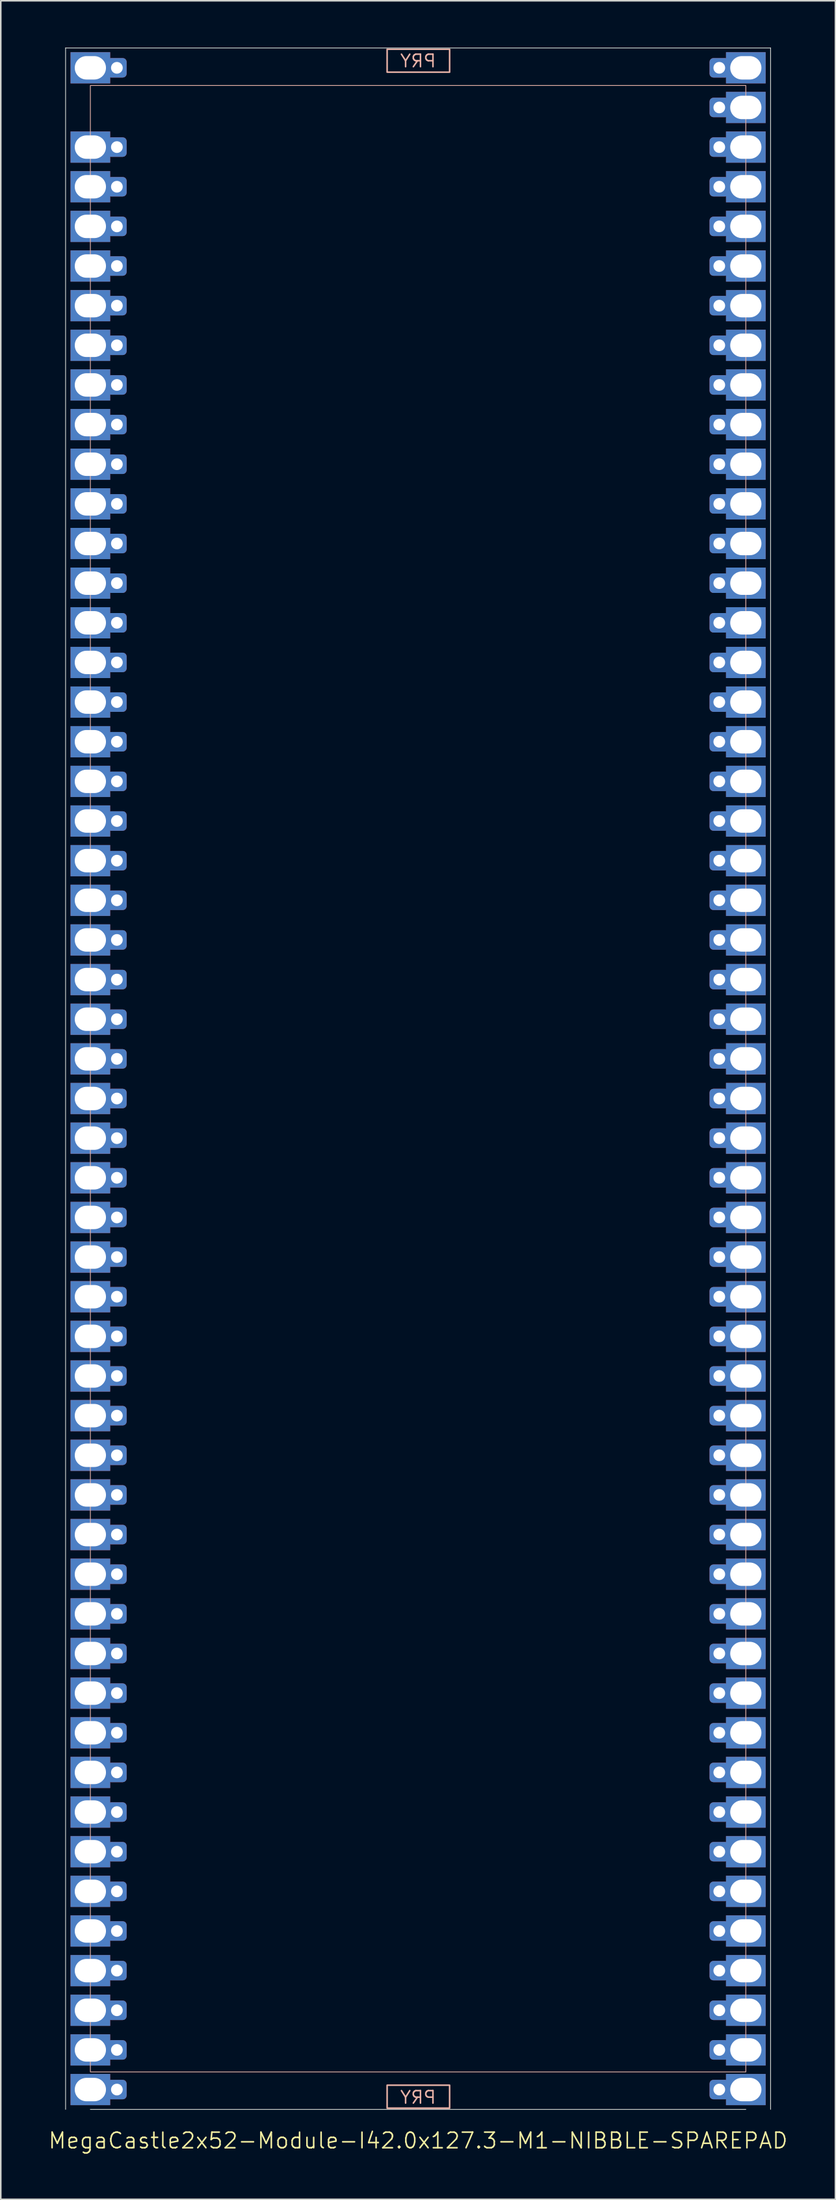
<source format=kicad_pcb>
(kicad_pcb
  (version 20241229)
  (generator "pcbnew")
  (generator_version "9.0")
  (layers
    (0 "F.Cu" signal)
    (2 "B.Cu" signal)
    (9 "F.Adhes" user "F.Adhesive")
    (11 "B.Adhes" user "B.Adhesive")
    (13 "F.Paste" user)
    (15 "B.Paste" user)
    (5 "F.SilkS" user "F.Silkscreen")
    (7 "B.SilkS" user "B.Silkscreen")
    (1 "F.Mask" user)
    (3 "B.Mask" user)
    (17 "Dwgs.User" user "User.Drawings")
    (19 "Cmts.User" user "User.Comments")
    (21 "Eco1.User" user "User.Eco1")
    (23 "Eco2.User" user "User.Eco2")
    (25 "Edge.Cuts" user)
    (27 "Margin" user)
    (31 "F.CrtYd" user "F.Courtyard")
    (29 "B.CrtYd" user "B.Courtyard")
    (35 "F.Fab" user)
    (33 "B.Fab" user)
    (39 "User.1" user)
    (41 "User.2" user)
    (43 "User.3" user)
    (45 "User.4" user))
  (footprint "MegaCastle2x52-Module-I42.0x127.3-M1-NIBBLE-SPAREPAD"
    (layer "F.Cu")
    (at 23.74 66.065)
    (property "Reference" "MegaCastle2x52-Module-I42.0x127.3-M1-NIBBLE-SPAREPAD" (at 0 68.04 0) (unlocked yes) (layer "F.SilkS") (effects (font (size 1 1) (thickness 0.1))))
    (attr smd)
    (fp_rect (start -21 63.64) (end 21 -63.64) (stroke (width 0.05) (type default)) (fill no) (layer "B.SilkS"))
    (fp_rect (start -1.984 -64.491) (end 2.02 -65.96) (stroke (width 0.1) (type default)) (fill no) (layer "B.SilkS"))
    (fp_rect (start -1.984 64.491) (end 2.02 65.96) (stroke (width 0.1) (type default)) (fill no) (layer "B.SilkS"))
    (fp_line (start -22.587 -66.04) (end -22.587 66.04) (stroke (width 0.05) (type default)) (layer "Edge.Cuts"))
    (fp_line (start -22.587 -66.04) (end 22.587 -66.04) (stroke (width 0.05) (type default)) (layer "Edge.Cuts"))
    (fp_line (start -21 66.04) (end 21 66.04) (stroke (width 0.05) (type default)) (layer "Edge.Cuts"))
    (fp_line (start 22.587 -66.04) (end 22.587 66.04) (stroke (width 0.05) (type default)) (layer "Edge.Cuts"))
    (fp_text user "PRY" (at 0 65.74 0) (unlocked yes) (layer "B.SilkS") (effects (font (size 0.8 0.8) (thickness 0.1)) (justify bottom mirror)))
    (fp_text user "PRY" (at 0 -64.74 0) (unlocked yes) (layer "B.SilkS") (effects (font (size 0.8 0.8) (thickness 0.1)) (justify bottom mirror)))
    (pad "1" thru_hole rect (at -21 -64.77) (size 2.54 2) (drill oval 2 1.5) (property pad_prop_castellated) (layers "*.Cu" "*.Mask"))
    (pad "1" thru_hole roundrect (at -19.3 -64.77 180) (size 1.25 1.25) (drill 0.75) (layers "*.Cu" "*.Mask") (roundrect_rratio 0.2))
    (pad "3" thru_hole rect (at -21 -59.69) (size 2.54 2) (drill oval 2 1.5) (property pad_prop_castellated) (layers "*.Cu" "*.Mask"))
    (pad "3" thru_hole roundrect (at -19.3 -59.69 180) (size 1.25 1.25) (drill 0.75) (layers "*.Cu" "*.Mask") (roundrect_rratio 0.2))
    (pad "4" thru_hole rect (at -21 -57.15) (size 2.54 2) (drill oval 2 1.5) (property pad_prop_castellated) (layers "*.Cu" "*.Mask"))
    (pad "4" thru_hole roundrect (at -19.3 -57.15 180) (size 1.25 1.25) (drill 0.75) (layers "*.Cu" "*.Mask") (roundrect_rratio 0.2))
    (pad "5" thru_hole rect (at -21 -54.61) (size 2.54 2) (drill oval 2 1.5) (property pad_prop_castellated) (layers "*.Cu" "*.Mask"))
    (pad "5" thru_hole roundrect (at -19.3 -54.61 180) (size 1.25 1.25) (drill 0.75) (layers "*.Cu" "*.Mask") (roundrect_rratio 0.2))
    (pad "6" thru_hole rect (at -21 -52.07) (size 2.54 2) (drill oval 2 1.5) (property pad_prop_castellated) (layers "*.Cu" "*.Mask"))
    (pad "6" thru_hole roundrect (at -19.3 -52.07 180) (size 1.25 1.25) (drill 0.75) (layers "*.Cu" "*.Mask") (roundrect_rratio 0.2))
    (pad "7" thru_hole rect (at -21 -49.53) (size 2.54 2) (drill oval 2 1.5) (property pad_prop_castellated) (layers "*.Cu" "*.Mask"))
    (pad "7" thru_hole roundrect (at -19.3 -49.53 180) (size 1.25 1.25) (drill 0.75) (layers "*.Cu" "*.Mask") (roundrect_rratio 0.2))
    (pad "8" thru_hole rect (at -21 -46.99) (size 2.54 2) (drill oval 2 1.5) (property pad_prop_castellated) (layers "*.Cu" "*.Mask"))
    (pad "8" thru_hole roundrect (at -19.3 -46.99 180) (size 1.25 1.25) (drill 0.75) (layers "*.Cu" "*.Mask") (roundrect_rratio 0.2))
    (pad "9" thru_hole rect (at -21 -44.45) (size 2.54 2) (drill oval 2 1.5) (property pad_prop_castellated) (layers "*.Cu" "*.Mask"))
    (pad "9" thru_hole roundrect (at -19.3 -44.45 180) (size 1.25 1.25) (drill 0.75) (layers "*.Cu" "*.Mask") (roundrect_rratio 0.2))
    (pad "10" thru_hole rect (at -21 -41.91) (size 2.54 2) (drill oval 2 1.5) (property pad_prop_castellated) (layers "*.Cu" "*.Mask"))
    (pad "10" thru_hole roundrect (at -19.3 -41.91 180) (size 1.25 1.25) (drill 0.75) (layers "*.Cu" "*.Mask") (roundrect_rratio 0.2))
    (pad "11" thru_hole rect (at -21 -39.37) (size 2.54 2) (drill oval 2 1.5) (property pad_prop_castellated) (layers "*.Cu" "*.Mask"))
    (pad "11" thru_hole roundrect (at -19.3 -39.37 180) (size 1.25 1.25) (drill 0.75) (layers "*.Cu" "*.Mask") (roundrect_rratio 0.2))
    (pad "12" thru_hole rect (at -21 -36.83) (size 2.54 2) (drill oval 2 1.5) (property pad_prop_castellated) (layers "*.Cu" "*.Mask"))
    (pad "12" thru_hole roundrect (at -19.3 -36.83 180) (size 1.25 1.25) (drill 0.75) (layers "*.Cu" "*.Mask") (roundrect_rratio 0.2))
    (pad "13" thru_hole rect (at -21 -34.29) (size 2.54 2) (drill oval 2 1.5) (property pad_prop_castellated) (layers "*.Cu" "*.Mask"))
    (pad "13" thru_hole roundrect (at -19.3 -34.29 180) (size 1.25 1.25) (drill 0.75) (layers "*.Cu" "*.Mask") (roundrect_rratio 0.2))
    (pad "14" thru_hole rect (at -21 -31.75) (size 2.54 2) (drill oval 2 1.5) (property pad_prop_castellated) (layers "*.Cu" "*.Mask"))
    (pad "14" thru_hole roundrect (at -19.3 -31.75 180) (size 1.25 1.25) (drill 0.75) (layers "*.Cu" "*.Mask") (roundrect_rratio 0.2))
    (pad "15" thru_hole rect (at -21 -29.21) (size 2.54 2) (drill oval 2 1.5) (property pad_prop_castellated) (layers "*.Cu" "*.Mask"))
    (pad "15" thru_hole roundrect (at -19.3 -29.21 180) (size 1.25 1.25) (drill 0.75) (layers "*.Cu" "*.Mask") (roundrect_rratio 0.2))
    (pad "16" thru_hole rect (at -21 -26.67) (size 2.54 2) (drill oval 2 1.5) (property pad_prop_castellated) (layers "*.Cu" "*.Mask"))
    (pad "16" thru_hole roundrect (at -19.3 -26.67 180) (size 1.25 1.25) (drill 0.75) (layers "*.Cu" "*.Mask") (roundrect_rratio 0.2))
    (pad "17" thru_hole rect (at -21 -24.13) (size 2.54 2) (drill oval 2 1.5) (property pad_prop_castellated) (layers "*.Cu" "*.Mask"))
    (pad "17" thru_hole roundrect (at -19.3 -24.13 180) (size 1.25 1.25) (drill 0.75) (layers "*.Cu" "*.Mask") (roundrect_rratio 0.2))
    (pad "18" thru_hole rect (at -21 -21.59) (size 2.54 2) (drill oval 2 1.5) (property pad_prop_castellated) (layers "*.Cu" "*.Mask"))
    (pad "18" thru_hole roundrect (at -19.3 -21.59 180) (size 1.25 1.25) (drill 0.75) (layers "*.Cu" "*.Mask") (roundrect_rratio 0.2))
    (pad "19" thru_hole rect (at -21 -19.05) (size 2.54 2) (drill oval 2 1.5) (property pad_prop_castellated) (layers "*.Cu" "*.Mask"))
    (pad "19" thru_hole roundrect (at -19.3 -19.05 180) (size 1.25 1.25) (drill 0.75) (layers "*.Cu" "*.Mask") (roundrect_rratio 0.2))
    (pad "20" thru_hole rect (at -21 -16.51) (size 2.54 2) (drill oval 2 1.5) (property pad_prop_castellated) (layers "*.Cu" "*.Mask"))
    (pad "20" thru_hole roundrect (at -19.3 -16.51 180) (size 1.25 1.25) (drill 0.75) (layers "*.Cu" "*.Mask") (roundrect_rratio 0.2))
    (pad "21" thru_hole rect (at -21 -13.97) (size 2.54 2) (drill oval 2 1.5) (property pad_prop_castellated) (layers "*.Cu" "*.Mask"))
    (pad "21" thru_hole roundrect (at -19.3 -13.97 180) (size 1.25 1.25) (drill 0.75) (layers "*.Cu" "*.Mask") (roundrect_rratio 0.2))
    (pad "22" thru_hole rect (at -21 -11.43) (size 2.54 2) (drill oval 2 1.5) (property pad_prop_castellated) (layers "*.Cu" "*.Mask"))
    (pad "22" thru_hole roundrect (at -19.3 -11.43 180) (size 1.25 1.25) (drill 0.75) (layers "*.Cu" "*.Mask") (roundrect_rratio 0.2))
    (pad "23" thru_hole rect (at -21 -8.89) (size 2.54 2) (drill oval 2 1.5) (property pad_prop_castellated) (layers "*.Cu" "*.Mask"))
    (pad "23" thru_hole roundrect (at -19.3 -8.89 180) (size 1.25 1.25) (drill 0.75) (layers "*.Cu" "*.Mask") (roundrect_rratio 0.2))
    (pad "24" thru_hole rect (at -21 -6.35) (size 2.54 2) (drill oval 2 1.5) (property pad_prop_castellated) (layers "*.Cu" "*.Mask"))
    (pad "24" thru_hole roundrect (at -19.3 -6.35 180) (size 1.25 1.25) (drill 0.75) (layers "*.Cu" "*.Mask") (roundrect_rratio 0.2))
    (pad "25" thru_hole rect (at -21 -3.81) (size 2.54 2) (drill oval 2 1.5) (property pad_prop_castellated) (layers "*.Cu" "*.Mask"))
    (pad "25" thru_hole roundrect (at -19.3 -3.81 180) (size 1.25 1.25) (drill 0.75) (layers "*.Cu" "*.Mask") (roundrect_rratio 0.2))
    (pad "26" thru_hole rect (at -21 -1.27) (size 2.54 2) (drill oval 2 1.5) (property pad_prop_castellated) (layers "*.Cu" "*.Mask"))
    (pad "26" thru_hole roundrect (at -19.3 -1.27 180) (size 1.25 1.25) (drill 0.75) (layers "*.Cu" "*.Mask") (roundrect_rratio 0.2))
    (pad "27" thru_hole rect (at -21 1.27) (size 2.54 2) (drill oval 2 1.5) (property pad_prop_castellated) (layers "*.Cu" "*.Mask"))
    (pad "27" thru_hole roundrect (at -19.3 1.27 180) (size 1.25 1.25) (drill 0.75) (layers "*.Cu" "*.Mask") (roundrect_rratio 0.2))
    (pad "28" thru_hole rect (at -21 3.81) (size 2.54 2) (drill oval 2 1.5) (property pad_prop_castellated) (layers "*.Cu" "*.Mask"))
    (pad "28" thru_hole roundrect (at -19.3 3.81 180) (size 1.25 1.25) (drill 0.75) (layers "*.Cu" "*.Mask") (roundrect_rratio 0.2))
    (pad "29" thru_hole rect (at -21 6.35) (size 2.54 2) (drill oval 2 1.5) (property pad_prop_castellated) (layers "*.Cu" "*.Mask"))
    (pad "29" thru_hole roundrect (at -19.3 6.35 180) (size 1.25 1.25) (drill 0.75) (layers "*.Cu" "*.Mask") (roundrect_rratio 0.2))
    (pad "30" thru_hole rect (at -21 8.89) (size 2.54 2) (drill oval 2 1.5) (property pad_prop_castellated) (layers "*.Cu" "*.Mask"))
    (pad "30" thru_hole roundrect (at -19.3 8.89 180) (size 1.25 1.25) (drill 0.75) (layers "*.Cu" "*.Mask") (roundrect_rratio 0.2))
    (pad "31" thru_hole rect (at -21 11.43) (size 2.54 2) (drill oval 2 1.5) (property pad_prop_castellated) (layers "*.Cu" "*.Mask"))
    (pad "31" thru_hole roundrect (at -19.3 11.43 180) (size 1.25 1.25) (drill 0.75) (layers "*.Cu" "*.Mask") (roundrect_rratio 0.2))
    (pad "32" thru_hole rect (at -21 13.97) (size 2.54 2) (drill oval 2 1.5) (property pad_prop_castellated) (layers "*.Cu" "*.Mask"))
    (pad "32" thru_hole roundrect (at -19.3 13.97 180) (size 1.25 1.25) (drill 0.75) (layers "*.Cu" "*.Mask") (roundrect_rratio 0.2))
    (pad "33" thru_hole rect (at -21 16.51) (size 2.54 2) (drill oval 2 1.5) (property pad_prop_castellated) (layers "*.Cu" "*.Mask"))
    (pad "33" thru_hole roundrect (at -19.3 16.51 180) (size 1.25 1.25) (drill 0.75) (layers "*.Cu" "*.Mask") (roundrect_rratio 0.2))
    (pad "34" thru_hole rect (at -21 19.05) (size 2.54 2) (drill oval 2 1.5) (property pad_prop_castellated) (layers "*.Cu" "*.Mask"))
    (pad "34" thru_hole roundrect (at -19.3 19.05 180) (size 1.25 1.25) (drill 0.75) (layers "*.Cu" "*.Mask") (roundrect_rratio 0.2))
    (pad "35" thru_hole rect (at -21 21.59) (size 2.54 2) (drill oval 2 1.5) (property pad_prop_castellated) (layers "*.Cu" "*.Mask"))
    (pad "35" thru_hole roundrect (at -19.3 21.59 180) (size 1.25 1.25) (drill 0.75) (layers "*.Cu" "*.Mask") (roundrect_rratio 0.2))
    (pad "36" thru_hole rect (at -21 24.13) (size 2.54 2) (drill oval 2 1.5) (property pad_prop_castellated) (layers "*.Cu" "*.Mask"))
    (pad "36" thru_hole roundrect (at -19.3 24.13 180) (size 1.25 1.25) (drill 0.75) (layers "*.Cu" "*.Mask") (roundrect_rratio 0.2))
    (pad "37" thru_hole rect (at -21 26.67) (size 2.54 2) (drill oval 2 1.5) (property pad_prop_castellated) (layers "*.Cu" "*.Mask"))
    (pad "37" thru_hole roundrect (at -19.3 26.67 180) (size 1.25 1.25) (drill 0.75) (layers "*.Cu" "*.Mask") (roundrect_rratio 0.2))
    (pad "38" thru_hole rect (at -21 29.21) (size 2.54 2) (drill oval 2 1.5) (property pad_prop_castellated) (layers "*.Cu" "*.Mask"))
    (pad "38" thru_hole roundrect (at -19.3 29.21 180) (size 1.25 1.25) (drill 0.75) (layers "*.Cu" "*.Mask") (roundrect_rratio 0.2))
    (pad "39" thru_hole rect (at -21 31.75) (size 2.54 2) (drill oval 2 1.5) (property pad_prop_castellated) (layers "*.Cu" "*.Mask"))
    (pad "39" thru_hole roundrect (at -19.3 31.75 180) (size 1.25 1.25) (drill 0.75) (layers "*.Cu" "*.Mask") (roundrect_rratio 0.2))
    (pad "40" thru_hole rect (at -21 34.29) (size 2.54 2) (drill oval 2 1.5) (property pad_prop_castellated) (layers "*.Cu" "*.Mask"))
    (pad "40" thru_hole roundrect (at -19.3 34.29 180) (size 1.25 1.25) (drill 0.75) (layers "*.Cu" "*.Mask") (roundrect_rratio 0.2))
    (pad "41" thru_hole rect (at -21 36.83) (size 2.54 2) (drill oval 2 1.5) (property pad_prop_castellated) (layers "*.Cu" "*.Mask"))
    (pad "41" thru_hole roundrect (at -19.3 36.83 180) (size 1.25 1.25) (drill 0.75) (layers "*.Cu" "*.Mask") (roundrect_rratio 0.2))
    (pad "42" thru_hole rect (at -21 39.37) (size 2.54 2) (drill oval 2 1.5) (property pad_prop_castellated) (layers "*.Cu" "*.Mask"))
    (pad "42" thru_hole roundrect (at -19.3 39.37 180) (size 1.25 1.25) (drill 0.75) (layers "*.Cu" "*.Mask") (roundrect_rratio 0.2))
    (pad "43" thru_hole rect (at -21 41.91) (size 2.54 2) (drill oval 2 1.5) (property pad_prop_castellated) (layers "*.Cu" "*.Mask"))
    (pad "43" thru_hole roundrect (at -19.3 41.91 180) (size 1.25 1.25) (drill 0.75) (layers "*.Cu" "*.Mask") (roundrect_rratio 0.2))
    (pad "44" thru_hole rect (at -21 44.45) (size 2.54 2) (drill oval 2 1.5) (property pad_prop_castellated) (layers "*.Cu" "*.Mask"))
    (pad "44" thru_hole roundrect (at -19.3 44.45 180) (size 1.25 1.25) (drill 0.75) (layers "*.Cu" "*.Mask") (roundrect_rratio 0.2))
    (pad "45" thru_hole rect (at -21 46.99) (size 2.54 2) (drill oval 2 1.5) (property pad_prop_castellated) (layers "*.Cu" "*.Mask"))
    (pad "45" thru_hole roundrect (at -19.3 46.99 180) (size 1.25 1.25) (drill 0.75) (layers "*.Cu" "*.Mask") (roundrect_rratio 0.2))
    (pad "46" thru_hole rect (at -21 49.53) (size 2.54 2) (drill oval 2 1.5) (property pad_prop_castellated) (layers "*.Cu" "*.Mask"))
    (pad "46" thru_hole roundrect (at -19.3 49.53 180) (size 1.25 1.25) (drill 0.75) (layers "*.Cu" "*.Mask") (roundrect_rratio 0.2))
    (pad "47" thru_hole rect (at -21 52.07) (size 2.54 2) (drill oval 2 1.5) (property pad_prop_castellated) (layers "*.Cu" "*.Mask"))
    (pad "47" thru_hole roundrect (at -19.3 52.07 180) (size 1.25 1.25) (drill 0.75) (layers "*.Cu" "*.Mask") (roundrect_rratio 0.2))
    (pad "48" thru_hole rect (at -21 54.61) (size 2.54 2) (drill oval 2 1.5) (property pad_prop_castellated) (layers "*.Cu" "*.Mask"))
    (pad "48" thru_hole roundrect (at -19.3 54.61 180) (size 1.25 1.25) (drill 0.75) (layers "*.Cu" "*.Mask") (roundrect_rratio 0.2))
    (pad "49" thru_hole rect (at -21 57.15) (size 2.54 2) (drill oval 2 1.5) (property pad_prop_castellated) (layers "*.Cu" "*.Mask"))
    (pad "49" thru_hole roundrect (at -19.3 57.15 180) (size 1.25 1.25) (drill 0.75) (layers "*.Cu" "*.Mask") (roundrect_rratio 0.2))
    (pad "50" thru_hole rect (at -21 59.69) (size 2.54 2) (drill oval 2 1.5) (property pad_prop_castellated) (layers "*.Cu" "*.Mask"))
    (pad "50" thru_hole roundrect (at -19.3 59.69 180) (size 1.25 1.25) (drill 0.75) (layers "*.Cu" "*.Mask") (roundrect_rratio 0.2))
    (pad "51" thru_hole rect (at -21 62.23) (size 2.54 2) (drill oval 2 1.5) (property pad_prop_castellated) (layers "*.Cu" "*.Mask"))
    (pad "51" thru_hole roundrect (at -19.3 62.23 180) (size 1.25 1.25) (drill 0.75) (layers "*.Cu" "*.Mask") (roundrect_rratio 0.2))
    (pad "52" thru_hole rect (at -21 64.77) (size 2.54 2) (drill oval 2 1.5) (property pad_prop_castellated) (layers "*.Cu" "*.Mask"))
    (pad "52" thru_hole roundrect (at -19.3 64.77 180) (size 1.25 1.25) (drill 0.75) (layers "*.Cu" "*.Mask") (roundrect_rratio 0.2))
    (pad "53" thru_hole roundrect (at 19.3 -64.77 180) (size 1.25 1.25) (drill 0.75) (layers "*.Cu" "*.Mask") (roundrect_rratio 0.2))
    (pad "53" thru_hole rect (at 21 -64.77) (size 2.54 2) (drill oval 2 1.5) (property pad_prop_castellated) (layers "*.Cu" "*.Mask"))
    (pad "54" thru_hole roundrect (at 19.3 -62.23 180) (size 1.25 1.25) (drill 0.75) (layers "*.Cu" "*.Mask") (roundrect_rratio 0.2))
    (pad "54" thru_hole rect (at 21 -62.23) (size 2.54 2) (drill oval 2 1.5) (property pad_prop_castellated) (layers "*.Cu" "*.Mask"))
    (pad "55" thru_hole roundrect (at 19.3 -59.69 180) (size 1.25 1.25) (drill 0.75) (layers "*.Cu" "*.Mask") (roundrect_rratio 0.2))
    (pad "55" thru_hole rect (at 21 -59.69) (size 2.54 2) (drill oval 2 1.5) (property pad_prop_castellated) (layers "*.Cu" "*.Mask"))
    (pad "56" thru_hole roundrect (at 19.3 -57.15 180) (size 1.25 1.25) (drill 0.75) (layers "*.Cu" "*.Mask") (roundrect_rratio 0.2))
    (pad "56" thru_hole rect (at 21 -57.15) (size 2.54 2) (drill oval 2 1.5) (property pad_prop_castellated) (layers "*.Cu" "*.Mask"))
    (pad "57" thru_hole roundrect (at 19.3 -54.61 180) (size 1.25 1.25) (drill 0.75) (layers "*.Cu" "*.Mask") (roundrect_rratio 0.2))
    (pad "57" thru_hole rect (at 21 -54.61) (size 2.54 2) (drill oval 2 1.5) (property pad_prop_castellated) (layers "*.Cu" "*.Mask"))
    (pad "58" thru_hole roundrect (at 19.3 -52.07 180) (size 1.25 1.25) (drill 0.75) (layers "*.Cu" "*.Mask") (roundrect_rratio 0.2))
    (pad "58" thru_hole rect (at 21 -52.07) (size 2.54 2) (drill oval 2 1.5) (property pad_prop_castellated) (layers "*.Cu" "*.Mask"))
    (pad "59" thru_hole roundrect (at 19.3 -49.53 180) (size 1.25 1.25) (drill 0.75) (layers "*.Cu" "*.Mask") (roundrect_rratio 0.2))
    (pad "59" thru_hole rect (at 21 -49.53) (size 2.54 2) (drill oval 2 1.5) (property pad_prop_castellated) (layers "*.Cu" "*.Mask"))
    (pad "60" thru_hole roundrect (at 19.3 -46.99 180) (size 1.25 1.25) (drill 0.75) (layers "*.Cu" "*.Mask") (roundrect_rratio 0.2))
    (pad "60" thru_hole rect (at 21 -46.99) (size 2.54 2) (drill oval 2 1.5) (property pad_prop_castellated) (layers "*.Cu" "*.Mask"))
    (pad "61" thru_hole roundrect (at 19.3 -44.45 180) (size 1.25 1.25) (drill 0.75) (layers "*.Cu" "*.Mask") (roundrect_rratio 0.2))
    (pad "61" thru_hole rect (at 21 -44.45) (size 2.54 2) (drill oval 2 1.5) (property pad_prop_castellated) (layers "*.Cu" "*.Mask"))
    (pad "62" thru_hole roundrect (at 19.3 -41.91 180) (size 1.25 1.25) (drill 0.75) (layers "*.Cu" "*.Mask") (roundrect_rratio 0.2))
    (pad "62" thru_hole rect (at 21 -41.91) (size 2.54 2) (drill oval 2 1.5) (property pad_prop_castellated) (layers "*.Cu" "*.Mask"))
    (pad "63" thru_hole roundrect (at 19.3 -39.37 180) (size 1.25 1.25) (drill 0.75) (layers "*.Cu" "*.Mask") (roundrect_rratio 0.2))
    (pad "63" thru_hole rect (at 21 -39.37) (size 2.54 2) (drill oval 2 1.5) (property pad_prop_castellated) (layers "*.Cu" "*.Mask"))
    (pad "64" thru_hole roundrect (at 19.3 -36.83 180) (size 1.25 1.25) (drill 0.75) (layers "*.Cu" "*.Mask") (roundrect_rratio 0.2))
    (pad "64" thru_hole rect (at 21 -36.83) (size 2.54 2) (drill oval 2 1.5) (property pad_prop_castellated) (layers "*.Cu" "*.Mask"))
    (pad "65" thru_hole roundrect (at 19.3 -34.29 180) (size 1.25 1.25) (drill 0.75) (layers "*.Cu" "*.Mask") (roundrect_rratio 0.2))
    (pad "65" thru_hole rect (at 21 -34.29) (size 2.54 2) (drill oval 2 1.5) (property pad_prop_castellated) (layers "*.Cu" "*.Mask"))
    (pad "66" thru_hole roundrect (at 19.3 -31.75 180) (size 1.25 1.25) (drill 0.75) (layers "*.Cu" "*.Mask") (roundrect_rratio 0.2))
    (pad "66" thru_hole rect (at 21 -31.75) (size 2.54 2) (drill oval 2 1.5) (property pad_prop_castellated) (layers "*.Cu" "*.Mask"))
    (pad "67" thru_hole roundrect (at 19.3 -29.21 180) (size 1.25 1.25) (drill 0.75) (layers "*.Cu" "*.Mask") (roundrect_rratio 0.2))
    (pad "67" thru_hole rect (at 21 -29.21) (size 2.54 2) (drill oval 2 1.5) (property pad_prop_castellated) (layers "*.Cu" "*.Mask"))
    (pad "68" thru_hole roundrect (at 19.3 -26.67 180) (size 1.25 1.25) (drill 0.75) (layers "*.Cu" "*.Mask") (roundrect_rratio 0.2))
    (pad "68" thru_hole rect (at 21 -26.67) (size 2.54 2) (drill oval 2 1.5) (property pad_prop_castellated) (layers "*.Cu" "*.Mask"))
    (pad "69" thru_hole roundrect (at 19.3 -24.13 180) (size 1.25 1.25) (drill 0.75) (layers "*.Cu" "*.Mask") (roundrect_rratio 0.2))
    (pad "69" thru_hole rect (at 21 -24.13) (size 2.54 2) (drill oval 2 1.5) (property pad_prop_castellated) (layers "*.Cu" "*.Mask"))
    (pad "70" thru_hole roundrect (at 19.3 -21.59 180) (size 1.25 1.25) (drill 0.75) (layers "*.Cu" "*.Mask") (roundrect_rratio 0.2))
    (pad "70" thru_hole rect (at 21 -21.59) (size 2.54 2) (drill oval 2 1.5) (property pad_prop_castellated) (layers "*.Cu" "*.Mask"))
    (pad "71" thru_hole roundrect (at 19.3 -19.05 180) (size 1.25 1.25) (drill 0.75) (layers "*.Cu" "*.Mask") (roundrect_rratio 0.2))
    (pad "71" thru_hole rect (at 21 -19.05) (size 2.54 2) (drill oval 2 1.5) (property pad_prop_castellated) (layers "*.Cu" "*.Mask"))
    (pad "72" thru_hole roundrect (at 19.3 -16.51 180) (size 1.25 1.25) (drill 0.75) (layers "*.Cu" "*.Mask") (roundrect_rratio 0.2))
    (pad "72" thru_hole rect (at 21 -16.51) (size 2.54 2) (drill oval 2 1.5) (property pad_prop_castellated) (layers "*.Cu" "*.Mask"))
    (pad "73" thru_hole roundrect (at 19.3 -13.97 180) (size 1.25 1.25) (drill 0.75) (layers "*.Cu" "*.Mask") (roundrect_rratio 0.2))
    (pad "73" thru_hole rect (at 21 -13.97) (size 2.54 2) (drill oval 2 1.5) (property pad_prop_castellated) (layers "*.Cu" "*.Mask"))
    (pad "74" thru_hole roundrect (at 19.3 -11.43 180) (size 1.25 1.25) (drill 0.75) (layers "*.Cu" "*.Mask") (roundrect_rratio 0.2))
    (pad "74" thru_hole rect (at 21 -11.43) (size 2.54 2) (drill oval 2 1.5) (property pad_prop_castellated) (layers "*.Cu" "*.Mask"))
    (pad "75" thru_hole roundrect (at 19.3 -8.89 180) (size 1.25 1.25) (drill 0.75) (layers "*.Cu" "*.Mask") (roundrect_rratio 0.2))
    (pad "75" thru_hole rect (at 21 -8.89) (size 2.54 2) (drill oval 2 1.5) (property pad_prop_castellated) (layers "*.Cu" "*.Mask"))
    (pad "76" thru_hole roundrect (at 19.3 -6.35 180) (size 1.25 1.25) (drill 0.75) (layers "*.Cu" "*.Mask") (roundrect_rratio 0.2))
    (pad "76" thru_hole rect (at 21 -6.35) (size 2.54 2) (drill oval 2 1.5) (property pad_prop_castellated) (layers "*.Cu" "*.Mask"))
    (pad "77" thru_hole roundrect (at 19.3 -3.81 180) (size 1.25 1.25) (drill 0.75) (layers "*.Cu" "*.Mask") (roundrect_rratio 0.2))
    (pad "77" thru_hole rect (at 21 -3.81) (size 2.54 2) (drill oval 2 1.5) (property pad_prop_castellated) (layers "*.Cu" "*.Mask"))
    (pad "78" thru_hole roundrect (at 19.3 -1.27 180) (size 1.25 1.25) (drill 0.75) (layers "*.Cu" "*.Mask") (roundrect_rratio 0.2))
    (pad "78" thru_hole rect (at 21 -1.27) (size 2.54 2) (drill oval 2 1.5) (property pad_prop_castellated) (layers "*.Cu" "*.Mask"))
    (pad "79" thru_hole roundrect (at 19.3 1.27 180) (size 1.25 1.25) (drill 0.75) (layers "*.Cu" "*.Mask") (roundrect_rratio 0.2))
    (pad "79" thru_hole rect (at 21 1.27) (size 2.54 2) (drill oval 2 1.5) (property pad_prop_castellated) (layers "*.Cu" "*.Mask"))
    (pad "80" thru_hole roundrect (at 19.3 3.81 180) (size 1.25 1.25) (drill 0.75) (layers "*.Cu" "*.Mask") (roundrect_rratio 0.2))
    (pad "80" thru_hole rect (at 21 3.81) (size 2.54 2) (drill oval 2 1.5) (property pad_prop_castellated) (layers "*.Cu" "*.Mask"))
    (pad "81" thru_hole roundrect (at 19.3 6.35 180) (size 1.25 1.25) (drill 0.75) (layers "*.Cu" "*.Mask") (roundrect_rratio 0.2))
    (pad "81" thru_hole rect (at 21 6.35) (size 2.54 2) (drill oval 2 1.5) (property pad_prop_castellated) (layers "*.Cu" "*.Mask"))
    (pad "82" thru_hole roundrect (at 19.3 8.89 180) (size 1.25 1.25) (drill 0.75) (layers "*.Cu" "*.Mask") (roundrect_rratio 0.2))
    (pad "82" thru_hole rect (at 21 8.89) (size 2.54 2) (drill oval 2 1.5) (property pad_prop_castellated) (layers "*.Cu" "*.Mask"))
    (pad "83" thru_hole roundrect (at 19.3 11.43 180) (size 1.25 1.25) (drill 0.75) (layers "*.Cu" "*.Mask") (roundrect_rratio 0.2))
    (pad "83" thru_hole rect (at 21 11.43) (size 2.54 2) (drill oval 2 1.5) (property pad_prop_castellated) (layers "*.Cu" "*.Mask"))
    (pad "84" thru_hole roundrect (at 19.3 13.97 180) (size 1.25 1.25) (drill 0.75) (layers "*.Cu" "*.Mask") (roundrect_rratio 0.2))
    (pad "84" thru_hole rect (at 21 13.97) (size 2.54 2) (drill oval 2 1.5) (property pad_prop_castellated) (layers "*.Cu" "*.Mask"))
    (pad "85" thru_hole roundrect (at 19.3 16.51 180) (size 1.25 1.25) (drill 0.75) (layers "*.Cu" "*.Mask") (roundrect_rratio 0.2))
    (pad "85" thru_hole rect (at 21 16.51) (size 2.54 2) (drill oval 2 1.5) (property pad_prop_castellated) (layers "*.Cu" "*.Mask"))
    (pad "86" thru_hole roundrect (at 19.3 19.05 180) (size 1.25 1.25) (drill 0.75) (layers "*.Cu" "*.Mask") (roundrect_rratio 0.2))
    (pad "86" thru_hole rect (at 21 19.05) (size 2.54 2) (drill oval 2 1.5) (property pad_prop_castellated) (layers "*.Cu" "*.Mask"))
    (pad "87" thru_hole roundrect (at 19.3 21.59 180) (size 1.25 1.25) (drill 0.75) (layers "*.Cu" "*.Mask") (roundrect_rratio 0.2))
    (pad "87" thru_hole rect (at 21 21.59) (size 2.54 2) (drill oval 2 1.5) (property pad_prop_castellated) (layers "*.Cu" "*.Mask"))
    (pad "88" thru_hole roundrect (at 19.3 24.13 180) (size 1.25 1.25) (drill 0.75) (layers "*.Cu" "*.Mask") (roundrect_rratio 0.2))
    (pad "88" thru_hole rect (at 21 24.13) (size 2.54 2) (drill oval 2 1.5) (property pad_prop_castellated) (layers "*.Cu" "*.Mask"))
    (pad "89" thru_hole roundrect (at 19.3 26.67 180) (size 1.25 1.25) (drill 0.75) (layers "*.Cu" "*.Mask") (roundrect_rratio 0.2))
    (pad "89" thru_hole rect (at 21 26.67) (size 2.54 2) (drill oval 2 1.5) (property pad_prop_castellated) (layers "*.Cu" "*.Mask"))
    (pad "90" thru_hole roundrect (at 19.3 29.21 180) (size 1.25 1.25) (drill 0.75) (layers "*.Cu" "*.Mask") (roundrect_rratio 0.2))
    (pad "90" thru_hole rect (at 21 29.21) (size 2.54 2) (drill oval 2 1.5) (property pad_prop_castellated) (layers "*.Cu" "*.Mask"))
    (pad "91" thru_hole roundrect (at 19.3 31.75 180) (size 1.25 1.25) (drill 0.75) (layers "*.Cu" "*.Mask") (roundrect_rratio 0.2))
    (pad "91" thru_hole rect (at 21 31.75) (size 2.54 2) (drill oval 2 1.5) (property pad_prop_castellated) (layers "*.Cu" "*.Mask"))
    (pad "92" thru_hole roundrect (at 19.3 34.29 180) (size 1.25 1.25) (drill 0.75) (layers "*.Cu" "*.Mask") (roundrect_rratio 0.2))
    (pad "92" thru_hole rect (at 21 34.29) (size 2.54 2) (drill oval 2 1.5) (property pad_prop_castellated) (layers "*.Cu" "*.Mask"))
    (pad "93" thru_hole roundrect (at 19.3 36.83 180) (size 1.25 1.25) (drill 0.75) (layers "*.Cu" "*.Mask") (roundrect_rratio 0.2))
    (pad "93" thru_hole rect (at 21 36.83) (size 2.54 2) (drill oval 2 1.5) (property pad_prop_castellated) (layers "*.Cu" "*.Mask"))
    (pad "94" thru_hole roundrect (at 19.3 39.37 180) (size 1.25 1.25) (drill 0.75) (layers "*.Cu" "*.Mask") (roundrect_rratio 0.2))
    (pad "94" thru_hole rect (at 21 39.37) (size 2.54 2) (drill oval 2 1.5) (property pad_prop_castellated) (layers "*.Cu" "*.Mask"))
    (pad "95" thru_hole roundrect (at 19.3 41.91 180) (size 1.25 1.25) (drill 0.75) (layers "*.Cu" "*.Mask") (roundrect_rratio 0.2))
    (pad "95" thru_hole rect (at 21 41.91) (size 2.54 2) (drill oval 2 1.5) (property pad_prop_castellated) (layers "*.Cu" "*.Mask"))
    (pad "96" thru_hole roundrect (at 19.3 44.45 180) (size 1.25 1.25) (drill 0.75) (layers "*.Cu" "*.Mask") (roundrect_rratio 0.2))
    (pad "96" thru_hole rect (at 21 44.45) (size 2.54 2) (drill oval 2 1.5) (property pad_prop_castellated) (layers "*.Cu" "*.Mask"))
    (pad "97" thru_hole roundrect (at 19.3 46.99 180) (size 1.25 1.25) (drill 0.75) (layers "*.Cu" "*.Mask") (roundrect_rratio 0.2))
    (pad "97" thru_hole rect (at 21 46.99) (size 2.54 2) (drill oval 2 1.5) (property pad_prop_castellated) (layers "*.Cu" "*.Mask"))
    (pad "98" thru_hole roundrect (at 19.3 49.53 180) (size 1.25 1.25) (drill 0.75) (layers "*.Cu" "*.Mask") (roundrect_rratio 0.2))
    (pad "98" thru_hole rect (at 21 49.53) (size 2.54 2) (drill oval 2 1.5) (property pad_prop_castellated) (layers "*.Cu" "*.Mask"))
    (pad "99" thru_hole roundrect (at 19.3 52.07 180) (size 1.25 1.25) (drill 0.75) (layers "*.Cu" "*.Mask") (roundrect_rratio 0.2))
    (pad "99" thru_hole rect (at 21 52.07) (size 2.54 2) (drill oval 2 1.5) (property pad_prop_castellated) (layers "*.Cu" "*.Mask"))
    (pad "100" thru_hole roundrect (at 19.3 54.61 180) (size 1.25 1.25) (drill 0.75) (layers "*.Cu" "*.Mask") (roundrect_rratio 0.2))
    (pad "100" thru_hole rect (at 21 54.61) (size 2.54 2) (drill oval 2 1.5) (property pad_prop_castellated) (layers "*.Cu" "*.Mask"))
    (pad "101" thru_hole roundrect (at 19.3 57.15 180) (size 1.25 1.25) (drill 0.75) (layers "*.Cu" "*.Mask") (roundrect_rratio 0.2))
    (pad "101" thru_hole rect (at 21 57.15) (size 2.54 2) (drill oval 2 1.5) (property pad_prop_castellated) (layers "*.Cu" "*.Mask"))
    (pad "102" thru_hole roundrect (at 19.3 59.69 180) (size 1.25 1.25) (drill 0.75) (layers "*.Cu" "*.Mask") (roundrect_rratio 0.2))
    (pad "102" thru_hole rect (at 21 59.69) (size 2.54 2) (drill oval 2 1.5) (property pad_prop_castellated) (layers "*.Cu" "*.Mask"))
    (pad "103" thru_hole roundrect (at 19.3 62.23 180) (size 1.25 1.25) (drill 0.75) (layers "*.Cu" "*.Mask") (roundrect_rratio 0.2))
    (pad "103" thru_hole rect (at 21 62.23) (size 2.54 2) (drill oval 2 1.5) (property pad_prop_castellated) (layers "*.Cu" "*.Mask"))
    (pad "104" thru_hole roundrect (at 19.3 64.77 180) (size 1.25 1.25) (drill 0.75) (layers "*.Cu" "*.Mask") (roundrect_rratio 0.2))
    (pad "104" thru_hole rect (at 21 64.77) (size 2.54 2) (drill oval 2 1.5) (property pad_prop_castellated) (layers "*.Cu" "*.Mask"))
    (zone (net_name "") (layer "B.Cu") (hatch edge 0.5) (connect_pads) (min_thickness 0.25) (filled_areas_thickness no) (keepout (tracks allowed) (vias allowed) (pads allowed) (copperpour allowed) (footprints not_allowed)) (placement (enabled no)) (fill) (polygon (pts (xy 2.74 132.105) (xy 2.74 0.025))))
    (zone (net_name "") (layer "B.Cu") (hatch edge 0.5) (connect_pads) (min_thickness 0.25) (filled_areas_thickness no) (keepout (tracks allowed) (vias allowed) (pads allowed) (copperpour allowed) (footprints not_allowed)) (placement (enabled no)) (fill) (polygon (pts (xy 44.74 132.105) (xy 44.74 0.025))))
    (zone (net_name "") (layer "B.Cu") (hatch edge 0.5) (connect_pads) (min_thickness 0.25) (filled_areas_thickness no) (keepout (tracks allowed) (vias allowed) (pads allowed) (copperpour allowed) (footprints not_allowed)) (placement (enabled no)) (fill) (polygon (pts (xy 2.74 0.025) (xy 2.74 2.425) (xy 44.74 2.425) (xy 44.74 0.025))))
    (zone (net_name "") (layer "B.Cu") (hatch edge 0.5) (connect_pads) (min_thickness 0.25) (filled_areas_thickness no) (keepout (tracks allowed) (vias allowed) (pads allowed) (copperpour allowed) (footprints not_allowed)) (placement (enabled no)) (fill) (polygon (pts (xy 2.74 132.105) (xy 2.74 129.705) (xy 44.74 129.705) (xy 44.74 132.105))))
    (zone (net_name "") (layer "B.Cu") (name "Upper Pry Zone") (hatch edge 0.5) (connect_pads) (min_thickness 0.25) (filled_areas_thickness no) (keepout (tracks not_allowed) (vias not_allowed) (pads not_allowed) (copperpour allowed) (footprints not_allowed)) (placement (enabled no)) (fill) (polygon (pts (xy 21.756 1.574) (xy 21.756 0.105) (xy 25.76 0.105) (xy 25.76 1.574))))
    (zone (net_name "") (layer "B.Cu") (name "Upper Pry Zone") (hatch edge 0.5) (connect_pads) (min_thickness 0.25) (filled_areas_thickness no) (keepout (tracks not_allowed) (vias not_allowed) (pads not_allowed) (copperpour allowed) (footprints not_allowed)) (placement (enabled no)) (fill) (polygon (pts (xy 21.756 130.556) (xy 21.756 132.025) (xy 25.76 132.025) (xy 25.76 130.556)))))
  (gr_rect
    (start -3 -3)
    (end 50.481 137.866)
    (stroke (width 0.1) (type default))
    (fill no)
    (layer "Edge.Cuts")))
</source>
